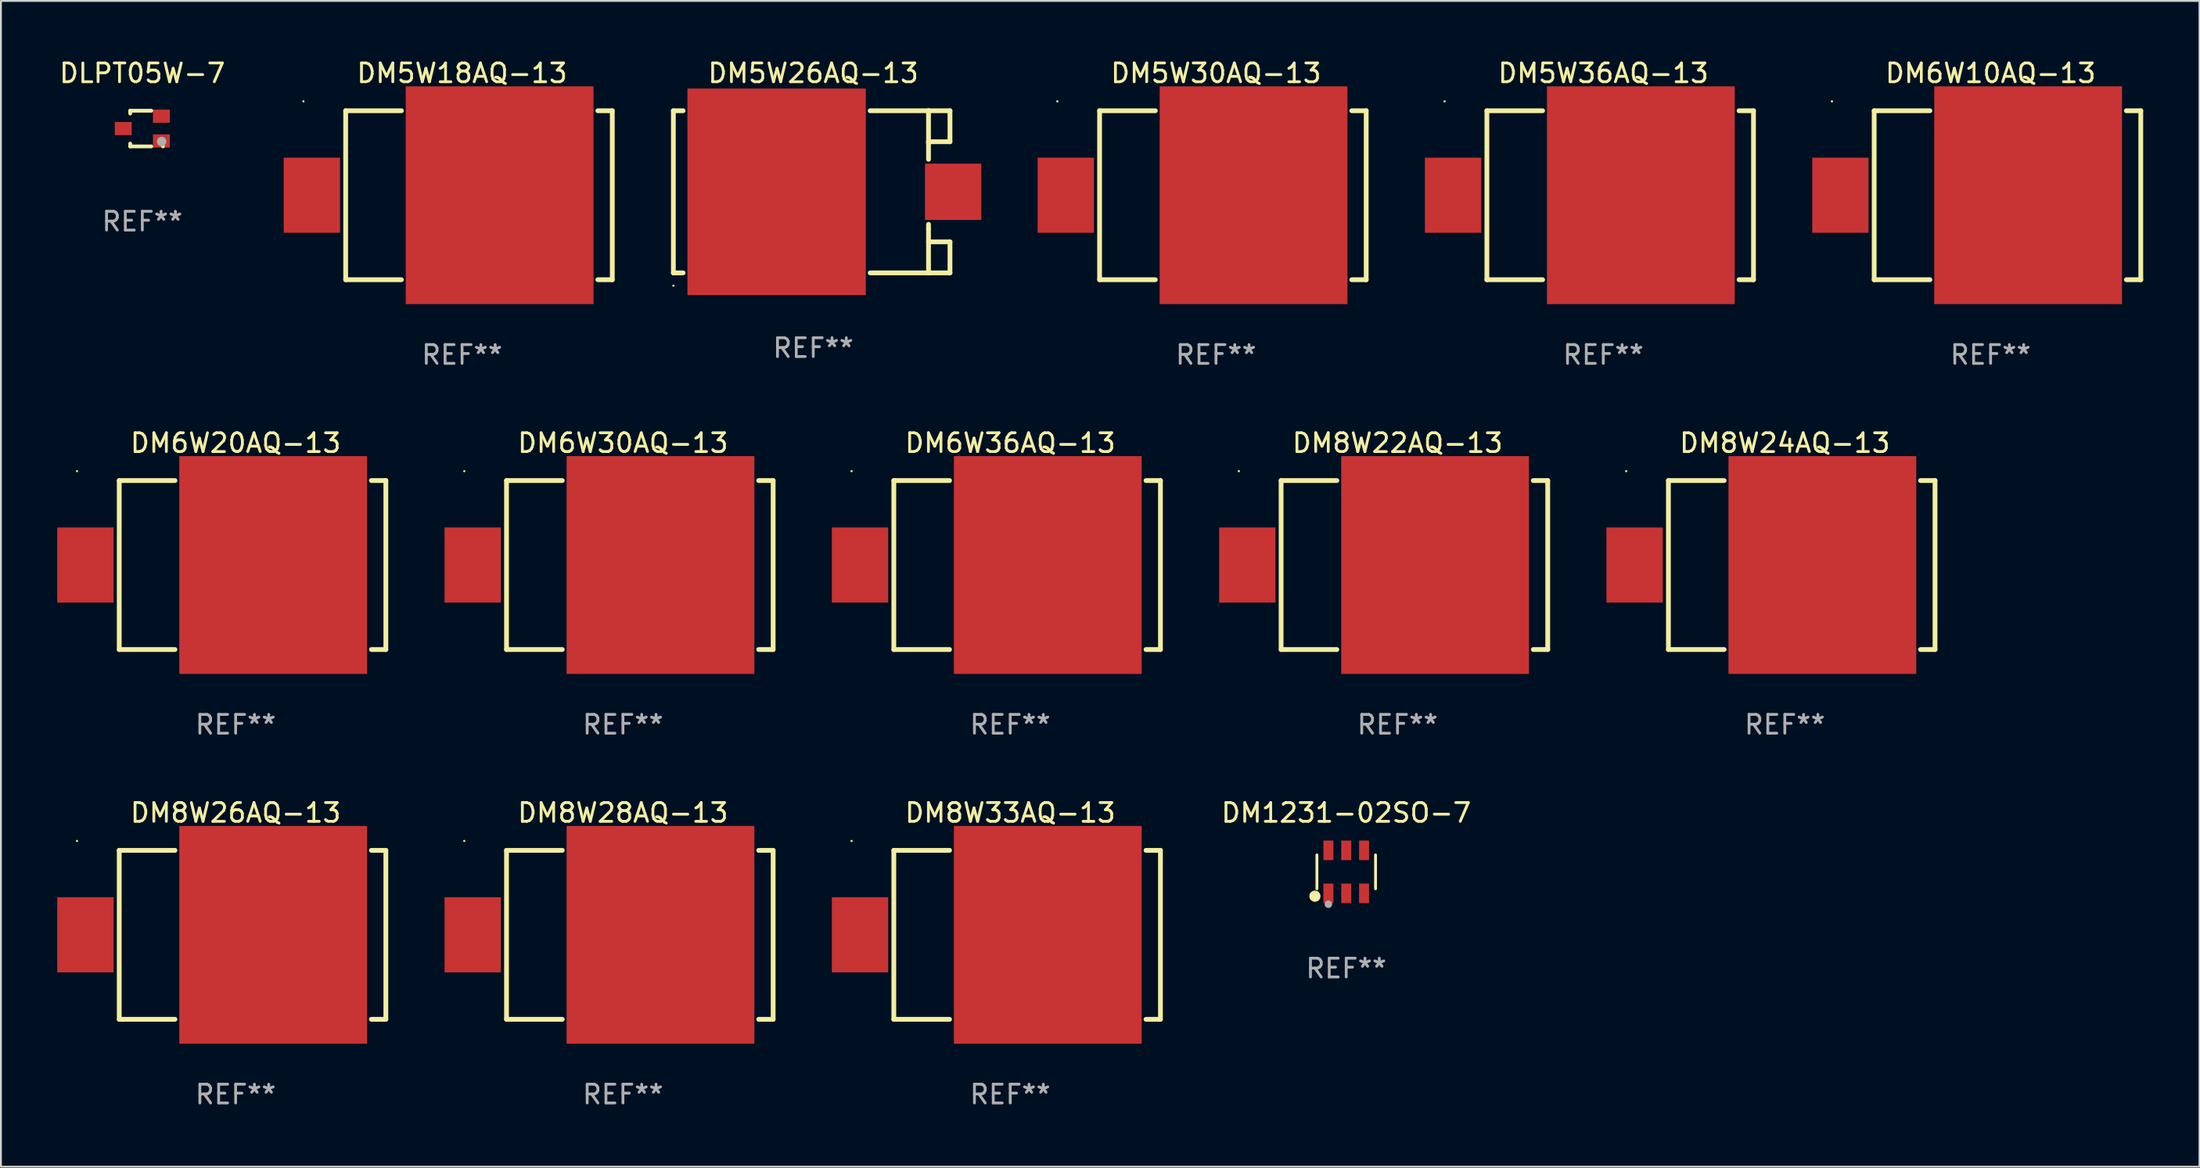
<source format=kicad_pcb>
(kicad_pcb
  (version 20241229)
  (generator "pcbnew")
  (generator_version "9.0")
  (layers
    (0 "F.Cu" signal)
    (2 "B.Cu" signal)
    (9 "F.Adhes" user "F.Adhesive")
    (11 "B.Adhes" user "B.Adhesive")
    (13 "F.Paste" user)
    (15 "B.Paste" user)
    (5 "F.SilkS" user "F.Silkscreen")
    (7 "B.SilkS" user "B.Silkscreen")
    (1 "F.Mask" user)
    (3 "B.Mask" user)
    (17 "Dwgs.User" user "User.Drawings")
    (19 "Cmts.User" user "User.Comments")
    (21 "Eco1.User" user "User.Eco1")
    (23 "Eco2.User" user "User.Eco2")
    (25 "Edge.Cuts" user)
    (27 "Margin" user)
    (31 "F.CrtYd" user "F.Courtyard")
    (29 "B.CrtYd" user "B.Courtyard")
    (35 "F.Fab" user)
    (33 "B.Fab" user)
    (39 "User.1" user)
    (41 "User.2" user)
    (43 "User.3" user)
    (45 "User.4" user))
  (footprint "DM5W30AQ-13"
    (layer "F.Cu")
    (at 61.713 7.348)
    (property "Reference" "DM5W30AQ-13" (at 0 -6.5 0) (layer "F.SilkS") (effects (font (size 1 1) (thickness 0.15))))
    (attr through_hole)
    (fp_line (start -6.2 -4.5) (end -6.2 4.5) (stroke (width 0.254) (type solid)) (layer "F.SilkS"))
    (fp_line (start -6.2 -4.5) (end -3.231 -4.5) (stroke (width 0.254) (type solid)) (layer "F.SilkS"))
    (fp_line (start -6.2 4.5) (end -3.231 4.5) (stroke (width 0.254) (type solid)) (layer "F.SilkS"))
    (fp_line (start 7.231 -4.5) (end 8 -4.5) (stroke (width 0.254) (type solid)) (layer "F.SilkS"))
    (fp_line (start 7.231 4.5) (end 8 4.5) (stroke (width 0.254) (type solid)) (layer "F.SilkS"))
    (fp_line (start 8 -4.5) (end 8 4.5) (stroke (width 0.254) (type solid)) (layer "F.SilkS"))
    (fp_circle (center -8.45 -5) (end -8.42 -5) (stroke (width 0.06) (type solid)) (fill no) (layer "F.SilkS"))
    (fp_text user "REF**" (at 0 8.5 0) (layer "F.Fab") (effects (font (size 1 1) (thickness 0.15))))
    (pad "1" smd rect (at -8 -0.000076 180) (size 3 4) (layers "F.Cu" "F.Mask" "F.Paste"))
    (pad "2" smd rect (at 2 -0.000076 180) (size 10 11.6) (layers "F.Cu" "F.Mask" "F.Paste")))
  (footprint "DM8W24AQ-13"
    (layer "F.Cu")
    (at 92.008 27.045)
    (property "Reference" "DM8W24AQ-13" (at 0 -6.5 0) (layer "F.SilkS") (effects (font (size 1 1) (thickness 0.15))))
    (attr through_hole)
    (fp_line (start -6.2 -4.5) (end -6.2 4.5) (stroke (width 0.254) (type solid)) (layer "F.SilkS"))
    (fp_line (start -6.2 -4.5) (end -3.231 -4.5) (stroke (width 0.254) (type solid)) (layer "F.SilkS"))
    (fp_line (start -6.2 4.5) (end -3.231 4.5) (stroke (width 0.254) (type solid)) (layer "F.SilkS"))
    (fp_line (start 7.231 -4.5) (end 8 -4.5) (stroke (width 0.254) (type solid)) (layer "F.SilkS"))
    (fp_line (start 7.231 4.5) (end 8 4.5) (stroke (width 0.254) (type solid)) (layer "F.SilkS"))
    (fp_line (start 8 -4.5) (end 8 4.5) (stroke (width 0.254) (type solid)) (layer "F.SilkS"))
    (fp_circle (center -8.45 -5) (end -8.42 -5) (stroke (width 0.06) (type solid)) (fill no) (layer "F.SilkS"))
    (fp_text user "REF**" (at 0 8.5 0) (layer "F.Fab") (effects (font (size 1 1) (thickness 0.15))))
    (pad "1" smd rect (at -8 -0.000076 180) (size 3 4) (layers "F.Cu" "F.Mask" "F.Paste"))
    (pad "2" smd rect (at 2 -0.000076 180) (size 10 11.6) (layers "F.Cu" "F.Mask" "F.Paste")))
  (footprint "DM5W18AQ-13"
    (layer "F.Cu")
    (at 21.56 7.348)
    (property "Reference" "DM5W18AQ-13" (at 0 -6.5 0) (layer "F.SilkS") (effects (font (size 1 1) (thickness 0.15))))
    (attr through_hole)
    (fp_line (start -6.2 -4.5) (end -6.2 4.5) (stroke (width 0.254) (type solid)) (layer "F.SilkS"))
    (fp_line (start -6.2 -4.5) (end -3.231 -4.5) (stroke (width 0.254) (type solid)) (layer "F.SilkS"))
    (fp_line (start -6.2 4.5) (end -3.231 4.5) (stroke (width 0.254) (type solid)) (layer "F.SilkS"))
    (fp_line (start 7.231 -4.5) (end 8 -4.5) (stroke (width 0.254) (type solid)) (layer "F.SilkS"))
    (fp_line (start 7.231 4.5) (end 8 4.5) (stroke (width 0.254) (type solid)) (layer "F.SilkS"))
    (fp_line (start 8 -4.5) (end 8 4.5) (stroke (width 0.254) (type solid)) (layer "F.SilkS"))
    (fp_circle (center -8.45 -5) (end -8.42 -5) (stroke (width 0.06) (type solid)) (fill no) (layer "F.SilkS"))
    (fp_text user "REF**" (at 0 8.5 0) (layer "F.Fab") (effects (font (size 1 1) (thickness 0.15))))
    (pad "1" smd rect (at -8 -0.000076 180) (size 3 4) (layers "F.Cu" "F.Mask" "F.Paste"))
    (pad "2" smd rect (at 2 -0.000076 180) (size 10 11.6) (layers "F.Cu" "F.Mask" "F.Paste")))
  (footprint "DM6W20AQ-13"
    (layer "F.Cu")
    (at 9.5 27.045)
    (property "Reference" "DM6W20AQ-13" (at 0 -6.5 0) (layer "F.SilkS") (effects (font (size 1 1) (thickness 0.15))))
    (attr through_hole)
    (fp_line (start -6.2 -4.5) (end -6.2 4.5) (stroke (width 0.254) (type solid)) (layer "F.SilkS"))
    (fp_line (start -6.2 -4.5) (end -3.231 -4.5) (stroke (width 0.254) (type solid)) (layer "F.SilkS"))
    (fp_line (start -6.2 4.5) (end -3.231 4.5) (stroke (width 0.254) (type solid)) (layer "F.SilkS"))
    (fp_line (start 7.231 -4.5) (end 8 -4.5) (stroke (width 0.254) (type solid)) (layer "F.SilkS"))
    (fp_line (start 7.231 4.5) (end 8 4.5) (stroke (width 0.254) (type solid)) (layer "F.SilkS"))
    (fp_line (start 8 -4.5) (end 8 4.5) (stroke (width 0.254) (type solid)) (layer "F.SilkS"))
    (fp_circle (center -8.45 -5) (end -8.42 -5) (stroke (width 0.06) (type solid)) (fill no) (layer "F.SilkS"))
    (fp_text user "REF**" (at 0 8.5 0) (layer "F.Fab") (effects (font (size 1 1) (thickness 0.15))))
    (pad "1" smd rect (at -8 -0.000076 180) (size 3 4) (layers "F.Cu" "F.Mask" "F.Paste"))
    (pad "2" smd rect (at 2 -0.000076 180) (size 10 11.6) (layers "F.Cu" "F.Mask" "F.Paste")))
  (footprint "DM5W36AQ-13"
    (layer "F.Cu")
    (at 82.34 7.348)
    (property "Reference" "DM5W36AQ-13" (at 0 -6.5 0) (layer "F.SilkS") (effects (font (size 1 1) (thickness 0.15))))
    (attr through_hole)
    (fp_line (start -6.2 -4.5) (end -6.2 4.5) (stroke (width 0.254) (type solid)) (layer "F.SilkS"))
    (fp_line (start -6.2 -4.5) (end -3.231 -4.5) (stroke (width 0.254) (type solid)) (layer "F.SilkS"))
    (fp_line (start -6.2 4.5) (end -3.231 4.5) (stroke (width 0.254) (type solid)) (layer "F.SilkS"))
    (fp_line (start 7.231 -4.5) (end 8 -4.5) (stroke (width 0.254) (type solid)) (layer "F.SilkS"))
    (fp_line (start 7.231 4.5) (end 8 4.5) (stroke (width 0.254) (type solid)) (layer "F.SilkS"))
    (fp_line (start 8 -4.5) (end 8 4.5) (stroke (width 0.254) (type solid)) (layer "F.SilkS"))
    (fp_circle (center -8.45 -5) (end -8.42 -5) (stroke (width 0.06) (type solid)) (fill no) (layer "F.SilkS"))
    (fp_text user "REF**" (at 0 8.5 0) (layer "F.Fab") (effects (font (size 1 1) (thickness 0.15))))
    (pad "1" smd rect (at -8 -0.000076 180) (size 3 4) (layers "F.Cu" "F.Mask" "F.Paste"))
    (pad "2" smd rect (at 2 -0.000076 180) (size 10 11.6) (layers "F.Cu" "F.Mask" "F.Paste")))
  (footprint "DM6W36AQ-13"
    (layer "F.Cu")
    (at 50.754 27.045)
    (property "Reference" "DM6W36AQ-13" (at 0 -6.5 0) (layer "F.SilkS") (effects (font (size 1 1) (thickness 0.15))))
    (attr through_hole)
    (fp_line (start -6.2 -4.5) (end -6.2 4.5) (stroke (width 0.254) (type solid)) (layer "F.SilkS"))
    (fp_line (start -6.2 -4.5) (end -3.231 -4.5) (stroke (width 0.254) (type solid)) (layer "F.SilkS"))
    (fp_line (start -6.2 4.5) (end -3.231 4.5) (stroke (width 0.254) (type solid)) (layer "F.SilkS"))
    (fp_line (start 7.231 -4.5) (end 8 -4.5) (stroke (width 0.254) (type solid)) (layer "F.SilkS"))
    (fp_line (start 7.231 4.5) (end 8 4.5) (stroke (width 0.254) (type solid)) (layer "F.SilkS"))
    (fp_line (start 8 -4.5) (end 8 4.5) (stroke (width 0.254) (type solid)) (layer "F.SilkS"))
    (fp_circle (center -8.45 -5) (end -8.42 -5) (stroke (width 0.06) (type solid)) (fill no) (layer "F.SilkS"))
    (fp_text user "REF**" (at 0 8.5 0) (layer "F.Fab") (effects (font (size 1 1) (thickness 0.15))))
    (pad "1" smd rect (at -8 -0.000076 180) (size 3 4) (layers "F.Cu" "F.Mask" "F.Paste"))
    (pad "2" smd rect (at 2 -0.000076 180) (size 10 11.6) (layers "F.Cu" "F.Mask" "F.Paste")))
  (footprint "DM6W10AQ-13"
    (layer "F.Cu")
    (at 102.967 7.348)
    (property "Reference" "DM6W10AQ-13" (at 0 -6.5 0) (layer "F.SilkS") (effects (font (size 1 1) (thickness 0.15))))
    (attr through_hole)
    (fp_line (start -6.2 -4.5) (end -6.2 4.5) (stroke (width 0.254) (type solid)) (layer "F.SilkS"))
    (fp_line (start -6.2 -4.5) (end -3.231 -4.5) (stroke (width 0.254) (type solid)) (layer "F.SilkS"))
    (fp_line (start -6.2 4.5) (end -3.231 4.5) (stroke (width 0.254) (type solid)) (layer "F.SilkS"))
    (fp_line (start 7.231 -4.5) (end 8 -4.5) (stroke (width 0.254) (type solid)) (layer "F.SilkS"))
    (fp_line (start 7.231 4.5) (end 8 4.5) (stroke (width 0.254) (type solid)) (layer "F.SilkS"))
    (fp_line (start 8 -4.5) (end 8 4.5) (stroke (width 0.254) (type solid)) (layer "F.SilkS"))
    (fp_circle (center -8.45 -5) (end -8.42 -5) (stroke (width 0.06) (type solid)) (fill no) (layer "F.SilkS"))
    (fp_text user "REF**" (at 0 8.5 0) (layer "F.Fab") (effects (font (size 1 1) (thickness 0.15))))
    (pad "1" smd rect (at -8 -0.000076 180) (size 3 4) (layers "F.Cu" "F.Mask" "F.Paste"))
    (pad "2" smd rect (at 2 -0.000076 180) (size 10 11.6) (layers "F.Cu" "F.Mask" "F.Paste")))
  (footprint "DM8W28AQ-13"
    (layer "F.Cu")
    (at 30.127 46.741)
    (property "Reference" "DM8W28AQ-13" (at 0 -6.5 0) (layer "F.SilkS") (effects (font (size 1 1) (thickness 0.15))))
    (attr through_hole)
    (fp_line (start -6.2 -4.5) (end -6.2 4.5) (stroke (width 0.254) (type solid)) (layer "F.SilkS"))
    (fp_line (start -6.2 -4.5) (end -3.231 -4.5) (stroke (width 0.254) (type solid)) (layer "F.SilkS"))
    (fp_line (start -6.2 4.5) (end -3.231 4.5) (stroke (width 0.254) (type solid)) (layer "F.SilkS"))
    (fp_line (start 7.231 -4.5) (end 8 -4.5) (stroke (width 0.254) (type solid)) (layer "F.SilkS"))
    (fp_line (start 7.231 4.5) (end 8 4.5) (stroke (width 0.254) (type solid)) (layer "F.SilkS"))
    (fp_line (start 8 -4.5) (end 8 4.5) (stroke (width 0.254) (type solid)) (layer "F.SilkS"))
    (fp_circle (center -8.45 -5) (end -8.42 -5) (stroke (width 0.06) (type solid)) (fill no) (layer "F.SilkS"))
    (fp_text user "REF**" (at 0 8.5 0) (layer "F.Fab") (effects (font (size 1 1) (thickness 0.15))))
    (pad "1" smd rect (at -8 -0.000076 180) (size 3 4) (layers "F.Cu" "F.Mask" "F.Paste"))
    (pad "2" smd rect (at 2 -0.000076 180) (size 10 11.6) (layers "F.Cu" "F.Mask" "F.Paste")))
  (footprint "DM1231-02SO-7"
    (layer "F.Cu")
    (at 68.649 43.386)
    (property "Reference" "DM1231-02SO-7" (at 0 -3.145 0) (layer "F.SilkS") (effects (font (size 1 1) (thickness 0.15))))
    (attr through_hole)
    (fp_line (start -1.561 0.901) (end -1.561 -0.901) (stroke (width 0.152) (type solid)) (layer "F.SilkS"))
    (fp_line (start 1.561 0.901) (end 1.561 -0.901) (stroke (width 0.152) (type solid)) (layer "F.SilkS"))
    (fp_circle (center -1.668 1.297) (end -1.518 1.297) (stroke (width 0.3) (type solid)) (fill no) (layer "F.SilkS"))
    (fp_circle (center -1.485 1.425) (end -1.455 1.425) (stroke (width 0.06) (type solid)) (fill no) (layer "F.SilkS"))
    (fp_circle (center -0.95 1.725) (end -0.85 1.725) (stroke (width 0.2) (type solid)) (fill no) (layer "F.Fab"))
    (fp_text user "REF**" (at 0 5.145 0) (layer "F.Fab") (effects (font (size 1 1) (thickness 0.15))))
    (pad "1" smd rect (at -0.95 1.145) (size 0.532 1.04) (layers "F.Cu" "F.Mask" "F.Paste"))
    (pad "2" smd rect (at 0 1.145) (size 0.532 1.04) (layers "F.Cu" "F.Mask" "F.Paste"))
    (pad "3" smd rect (at 0.95 1.145) (size 0.532 1.04) (layers "F.Cu" "F.Mask" "F.Paste"))
    (pad "4" smd rect (at 0.95 -1.145) (size 0.532 1.04) (layers "F.Cu" "F.Mask" "F.Paste"))
    (pad "5" smd rect (at 0 -1.145) (size 0.532 1.04) (layers "F.Cu" "F.Mask" "F.Paste"))
    (pad "6" smd rect (at -0.95 -1.145) (size 0.532 1.04) (layers "F.Cu" "F.Mask" "F.Paste")))
  (footprint "DM8W33AQ-13"
    (layer "F.Cu")
    (at 50.754 46.741)
    (property "Reference" "DM8W33AQ-13" (at 0 -6.5 0) (layer "F.SilkS") (effects (font (size 1 1) (thickness 0.15))))
    (attr through_hole)
    (fp_line (start -6.2 -4.5) (end -6.2 4.5) (stroke (width 0.254) (type solid)) (layer "F.SilkS"))
    (fp_line (start -6.2 -4.5) (end -3.231 -4.5) (stroke (width 0.254) (type solid)) (layer "F.SilkS"))
    (fp_line (start -6.2 4.5) (end -3.231 4.5) (stroke (width 0.254) (type solid)) (layer "F.SilkS"))
    (fp_line (start 7.231 -4.5) (end 8 -4.5) (stroke (width 0.254) (type solid)) (layer "F.SilkS"))
    (fp_line (start 7.231 4.5) (end 8 4.5) (stroke (width 0.254) (type solid)) (layer "F.SilkS"))
    (fp_line (start 8 -4.5) (end 8 4.5) (stroke (width 0.254) (type solid)) (layer "F.SilkS"))
    (fp_circle (center -8.45 -5) (end -8.42 -5) (stroke (width 0.06) (type solid)) (fill no) (layer "F.SilkS"))
    (fp_text user "REF**" (at 0 8.5 0) (layer "F.Fab") (effects (font (size 1 1) (thickness 0.15))))
    (pad "1" smd rect (at -8 -0.000076 180) (size 3 4) (layers "F.Cu" "F.Mask" "F.Paste"))
    (pad "2" smd rect (at 2 -0.000076 180) (size 10 11.6) (layers "F.Cu" "F.Mask" "F.Paste")))
  (footprint "DM5W26AQ-13"
    (layer "F.Cu")
    (at 40.263 7.166)
    (property "Reference" "DM5W26AQ-13" (at 0 -6.318 0) (layer "F.SilkS") (effects (font (size 1 1) (thickness 0.15))))
    (attr through_hole)
    (fp_line (start -7.45 -4.318) (end -7.45 4.318) (stroke (width 0.254) (type solid)) (layer "F.SilkS"))
    (fp_line (start -7.45 4.318) (end -6.931 4.318) (stroke (width 0.254) (type solid)) (layer "F.SilkS"))
    (fp_line (start -6.931 -4.318) (end -7.45 -4.318) (stroke (width 0.254) (type solid)) (layer "F.SilkS"))
    (fp_line (start 3.031 4.318) (end 6.139 4.318) (stroke (width 0.254) (type solid)) (layer "F.SilkS"))
    (fp_line (start 6.139 -4.318) (end 3.031 -4.318) (stroke (width 0.254) (type solid)) (layer "F.SilkS"))
    (fp_line (start 6.139 -4.318) (end 7.282 -4.318) (stroke (width 0.254) (type solid)) (layer "F.SilkS"))
    (fp_line (start 6.139 -2.667) (end 6.139 -2.586) (stroke (width 0.254) (type solid)) (layer "F.SilkS"))
    (fp_line (start 6.139 -1.731) (end 6.139 -4.318) (stroke (width 0.254) (type solid)) (layer "F.SilkS"))
    (fp_line (start 6.139 1.985) (end 6.139 1.731) (stroke (width 0.254) (type solid)) (layer "F.SilkS"))
    (fp_line (start 6.139 2.667) (end 7.282 2.667) (stroke (width 0.254) (type solid)) (layer "F.SilkS"))
    (fp_line (start 6.139 4.318) (end 6.139 1.985) (stroke (width 0.254) (type solid)) (layer "F.SilkS"))
    (fp_line (start 7.282 -4.318) (end 7.282 -2.667) (stroke (width 0.254) (type solid)) (layer "F.SilkS"))
    (fp_line (start 7.282 -2.667) (end 6.139 -2.667) (stroke (width 0.254) (type solid)) (layer "F.SilkS"))
    (fp_line (start 7.282 2.667) (end 7.282 4.318) (stroke (width 0.254) (type solid)) (layer "F.SilkS"))
    (fp_line (start 7.282 4.318) (end 6.139 4.318) (stroke (width 0.254) (type solid)) (layer "F.SilkS"))
    (fp_circle (center -7.45 5) (end -7.42 5) (stroke (width 0.06) (type solid)) (fill no) (layer "F.SilkS"))
    (fp_text user "REF**" (at 0 8.318 0) (layer "F.Fab") (effects (font (size 1 1) (thickness 0.15))))
    (pad "1" smd rect (at -1.95 0) (size 9.5 11) (layers "F.Cu" "F.Mask" "F.Paste"))
    (pad "2" smd rect (at 7.45 0) (size 3 3) (layers "F.Cu" "F.Mask" "F.Paste")))
  (footprint "DM8W26AQ-13"
    (layer "F.Cu")
    (at 9.5 46.741)
    (property "Reference" "DM8W26AQ-13" (at 0 -6.5 0) (layer "F.SilkS") (effects (font (size 1 1) (thickness 0.15))))
    (attr through_hole)
    (fp_line (start -6.2 -4.5) (end -6.2 4.5) (stroke (width 0.254) (type solid)) (layer "F.SilkS"))
    (fp_line (start -6.2 -4.5) (end -3.231 -4.5) (stroke (width 0.254) (type solid)) (layer "F.SilkS"))
    (fp_line (start -6.2 4.5) (end -3.231 4.5) (stroke (width 0.254) (type solid)) (layer "F.SilkS"))
    (fp_line (start 7.231 -4.5) (end 8 -4.5) (stroke (width 0.254) (type solid)) (layer "F.SilkS"))
    (fp_line (start 7.231 4.5) (end 8 4.5) (stroke (width 0.254) (type solid)) (layer "F.SilkS"))
    (fp_line (start 8 -4.5) (end 8 4.5) (stroke (width 0.254) (type solid)) (layer "F.SilkS"))
    (fp_circle (center -8.45 -5) (end -8.42 -5) (stroke (width 0.06) (type solid)) (fill no) (layer "F.SilkS"))
    (fp_text user "REF**" (at 0 8.5 0) (layer "F.Fab") (effects (font (size 1 1) (thickness 0.15))))
    (pad "1" smd rect (at -8 -0.000076 180) (size 3 4) (layers "F.Cu" "F.Mask" "F.Paste"))
    (pad "2" smd rect (at 2 -0.000076 180) (size 10 11.6) (layers "F.Cu" "F.Mask" "F.Paste")))
  (footprint "DM8W22AQ-13"
    (layer "F.Cu")
    (at 71.381 27.045)
    (property "Reference" "DM8W22AQ-13" (at 0 -6.5 0) (layer "F.SilkS") (effects (font (size 1 1) (thickness 0.15))))
    (attr through_hole)
    (fp_line (start -6.2 -4.5) (end -6.2 4.5) (stroke (width 0.254) (type solid)) (layer "F.SilkS"))
    (fp_line (start -6.2 -4.5) (end -3.231 -4.5) (stroke (width 0.254) (type solid)) (layer "F.SilkS"))
    (fp_line (start -6.2 4.5) (end -3.231 4.5) (stroke (width 0.254) (type solid)) (layer "F.SilkS"))
    (fp_line (start 7.231 -4.5) (end 8 -4.5) (stroke (width 0.254) (type solid)) (layer "F.SilkS"))
    (fp_line (start 7.231 4.5) (end 8 4.5) (stroke (width 0.254) (type solid)) (layer "F.SilkS"))
    (fp_line (start 8 -4.5) (end 8 4.5) (stroke (width 0.254) (type solid)) (layer "F.SilkS"))
    (fp_circle (center -8.45 -5) (end -8.42 -5) (stroke (width 0.06) (type solid)) (fill no) (layer "F.SilkS"))
    (fp_text user "REF**" (at 0 8.5 0) (layer "F.Fab") (effects (font (size 1 1) (thickness 0.15))))
    (pad "1" smd rect (at -8 -0.000076 180) (size 3 4) (layers "F.Cu" "F.Mask" "F.Paste"))
    (pad "2" smd rect (at 2 -0.000076 180) (size 10 11.6) (layers "F.Cu" "F.Mask" "F.Paste")))
  (footprint "DLPT05W-7"
    (layer "F.Cu")
    (at 4.53 3.798)
    (property "Reference" "DLPT05W-7" (at 0 -2.95 0) (layer "F.SilkS") (effects (font (size 1 1) (thickness 0.15))))
    (attr through_hole)
    (fp_line (start -0.645 -0.95) (end 0.48 -0.95) (stroke (width 0.201) (type solid)) (layer "F.SilkS"))
    (fp_line (start -0.645 -0.8) (end -0.645 -0.95) (stroke (width 0.201) (type solid)) (layer "F.SilkS"))
    (fp_line (start -0.645 0.95) (end -0.645 0.8) (stroke (width 0.201) (type solid)) (layer "F.SilkS"))
    (fp_line (start 0.48 0.95) (end -0.645 0.95) (stroke (width 0.201) (type solid)) (layer "F.SilkS"))
    (fp_circle (center 1.1 0.95) (end 1.15 0.95) (stroke (width 0.1) (type solid)) (fill no) (layer "F.SilkS"))
    (fp_circle (center 1.03 0.69) (end 1.157 0.69) (stroke (width 0.254) (type solid)) (fill no) (layer "F.Fab"))
    (fp_text user "REF**" (at 0 4.95 0) (layer "F.Fab") (effects (font (size 1 1) (thickness 0.15))))
    (pad "1" smd rect (at 1.016 0.66 90) (size 0.7 0.9) (layers "F.Cu" "F.Mask" "F.Paste"))
    (pad "2" smd rect (at 1.016 -0.66 90) (size 0.7 0.9) (layers "F.Cu" "F.Mask" "F.Paste"))
    (pad "3" smd rect (at -1.016 0 90) (size 0.7 0.9) (layers "F.Cu" "F.Mask" "F.Paste")))
  (footprint "DM6W30AQ-13"
    (layer "F.Cu")
    (at 30.127 27.045)
    (property "Reference" "DM6W30AQ-13" (at 0 -6.5 0) (layer "F.SilkS") (effects (font (size 1 1) (thickness 0.15))))
    (attr through_hole)
    (fp_line (start -6.2 -4.5) (end -6.2 4.5) (stroke (width 0.254) (type solid)) (layer "F.SilkS"))
    (fp_line (start -6.2 -4.5) (end -3.231 -4.5) (stroke (width 0.254) (type solid)) (layer "F.SilkS"))
    (fp_line (start -6.2 4.5) (end -3.231 4.5) (stroke (width 0.254) (type solid)) (layer "F.SilkS"))
    (fp_line (start 7.231 -4.5) (end 8 -4.5) (stroke (width 0.254) (type solid)) (layer "F.SilkS"))
    (fp_line (start 7.231 4.5) (end 8 4.5) (stroke (width 0.254) (type solid)) (layer "F.SilkS"))
    (fp_line (start 8 -4.5) (end 8 4.5) (stroke (width 0.254) (type solid)) (layer "F.SilkS"))
    (fp_circle (center -8.45 -5) (end -8.42 -5) (stroke (width 0.06) (type solid)) (fill no) (layer "F.SilkS"))
    (fp_text user "REF**" (at 0 8.5 0) (layer "F.Fab") (effects (font (size 1 1) (thickness 0.15))))
    (pad "1" smd rect (at -8 -0.000076 180) (size 3 4) (layers "F.Cu" "F.Mask" "F.Paste"))
    (pad "2" smd rect (at 2 -0.000076 180) (size 10 11.6) (layers "F.Cu" "F.Mask" "F.Paste")))
  (gr_rect
    (start -3 -3)
    (end 114.094 59.09)
    (stroke (width 0.1) (type default))
    (fill no)
    (layer "Edge.Cuts")))
</source>
